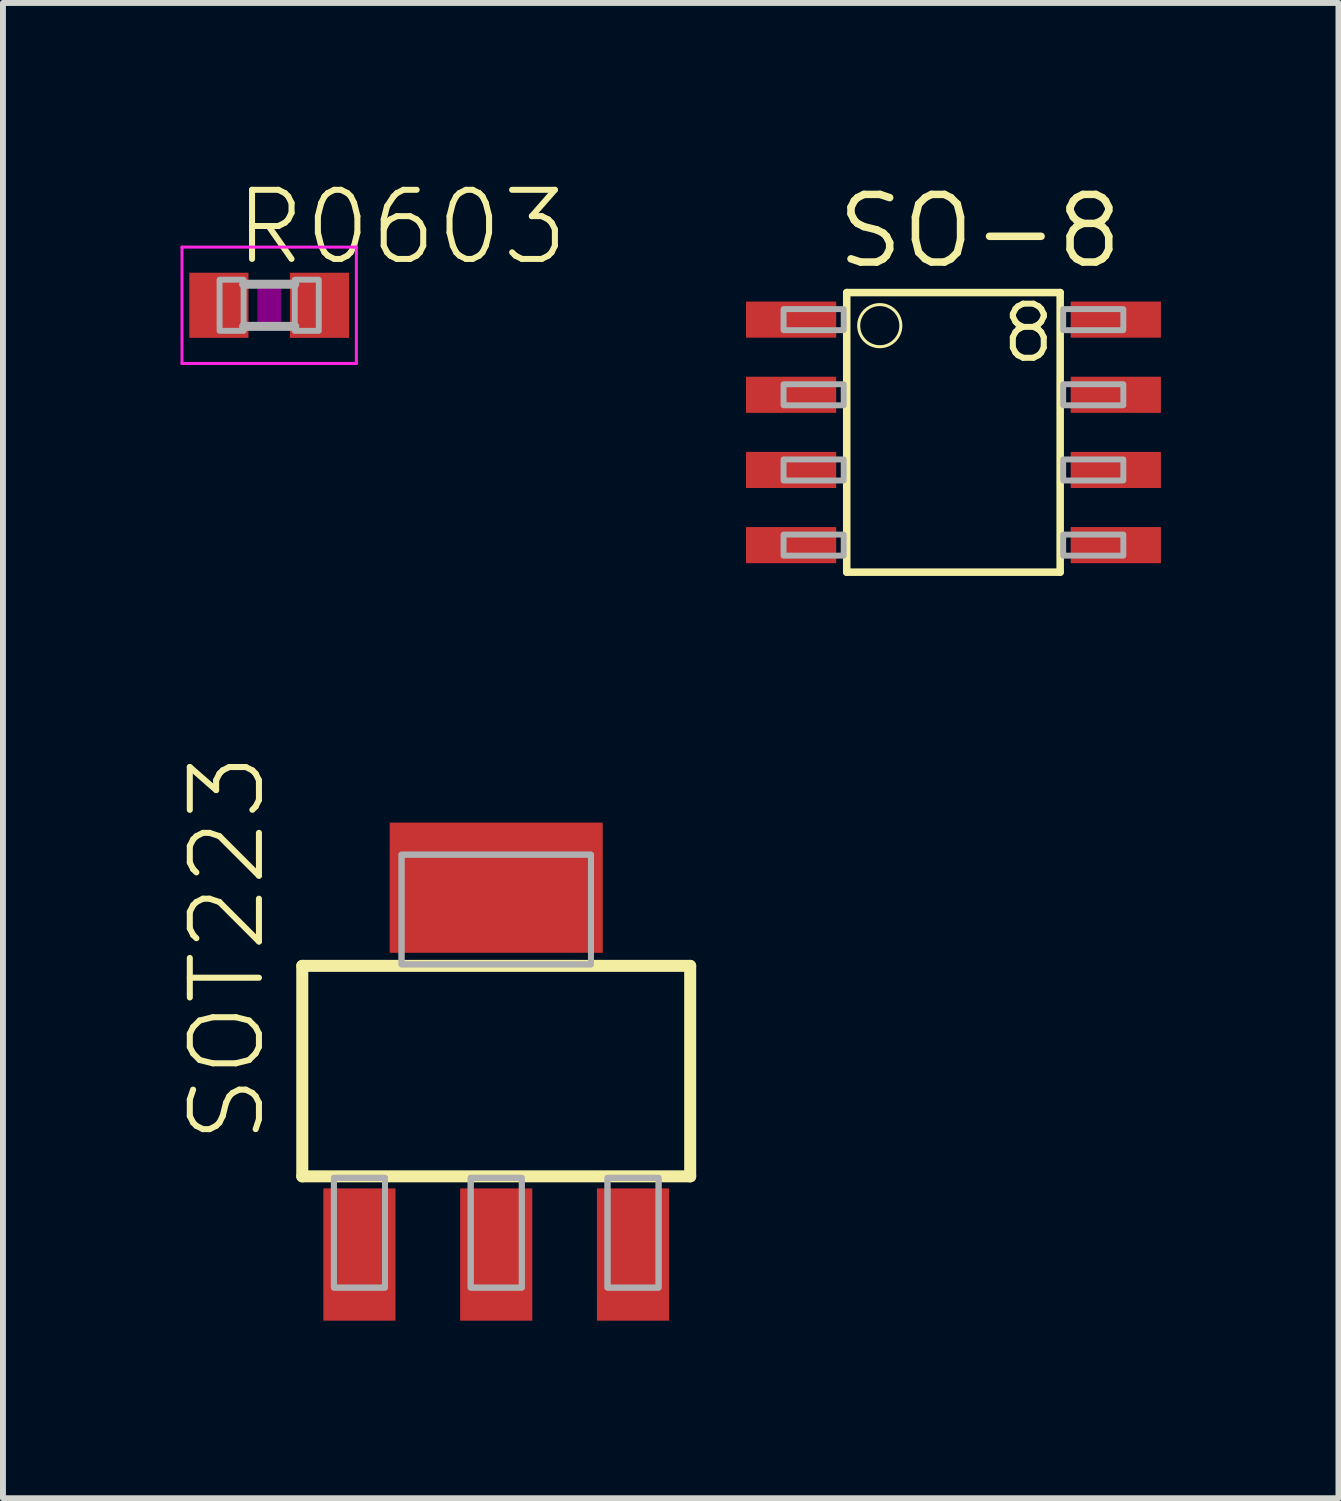
<source format=kicad_pcb>
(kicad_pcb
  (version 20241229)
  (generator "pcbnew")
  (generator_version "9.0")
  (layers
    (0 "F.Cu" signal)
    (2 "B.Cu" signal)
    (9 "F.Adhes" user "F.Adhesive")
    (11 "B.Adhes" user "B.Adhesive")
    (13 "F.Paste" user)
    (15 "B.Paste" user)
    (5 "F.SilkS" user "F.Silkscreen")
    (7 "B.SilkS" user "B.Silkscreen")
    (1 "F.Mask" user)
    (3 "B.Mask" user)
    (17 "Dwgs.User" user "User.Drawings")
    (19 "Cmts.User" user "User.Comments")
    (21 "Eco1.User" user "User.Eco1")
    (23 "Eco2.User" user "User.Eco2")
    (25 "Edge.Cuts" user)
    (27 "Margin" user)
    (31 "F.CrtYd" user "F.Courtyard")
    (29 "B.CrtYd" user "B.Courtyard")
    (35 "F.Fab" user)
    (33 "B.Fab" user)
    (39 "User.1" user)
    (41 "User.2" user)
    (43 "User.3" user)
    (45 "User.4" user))
  (footprint "SO-8"
    (layer "F.Cu")
    (at 13.059 4.255)
    (property "Reference" "SO-8" (at -2.032 -2.731 0) (layer "F.SilkS") (effects (font (size 1.143 1.143) (thickness 0.127)) (justify left bottom)))
    (fp_line (start -1.803 -2.362) (end -1.803 2.362) (stroke (width 0.127) (type solid)) (layer "F.SilkS"))
    (fp_line (start -1.803 2.362) (end 1.803 2.362) (stroke (width 0.127) (type solid)) (layer "F.SilkS"))
    (fp_line (start 1.803 -2.362) (end -1.803 -2.362) (stroke (width 0.127) (type solid)) (layer "F.SilkS"))
    (fp_line (start 1.803 2.362) (end 1.803 -2.362) (stroke (width 0.127) (type solid)) (layer "F.SilkS"))
    (fp_circle (center -1.245 -1.803) (end -0.889 -1.803) (stroke (width 0.051) (type solid)) (fill no) (layer "F.SilkS"))
    (fp_poly (pts (xy -2.87 -1.727) (xy -1.854 -1.727) (xy -1.854 -2.083) (xy -2.87 -2.083)) (stroke (width 0.1) (type default)) (fill no) (layer "F.Fab"))
    (fp_poly (pts (xy -2.87 -0.457) (xy -1.854 -0.457) (xy -1.854 -0.813) (xy -2.87 -0.813)) (stroke (width 0.1) (type default)) (fill no) (layer "F.Fab"))
    (fp_poly (pts (xy -2.87 0.813) (xy -1.854 0.813) (xy -1.854 0.457) (xy -2.87 0.457)) (stroke (width 0.1) (type default)) (fill no) (layer "F.Fab"))
    (fp_poly (pts (xy -2.87 2.083) (xy -1.854 2.083) (xy -1.854 1.727) (xy -2.87 1.727)) (stroke (width 0.1) (type default)) (fill no) (layer "F.Fab"))
    (fp_poly (pts (xy 1.854 -1.727) (xy 2.87 -1.727) (xy 2.87 -2.083) (xy 1.854 -2.083)) (stroke (width 0.1) (type default)) (fill no) (layer "F.Fab"))
    (fp_poly (pts (xy 1.854 -0.457) (xy 2.87 -0.457) (xy 2.87 -0.813) (xy 1.854 -0.813)) (stroke (width 0.1) (type default)) (fill no) (layer "F.Fab"))
    (fp_poly (pts (xy 1.854 0.813) (xy 2.87 0.813) (xy 2.87 0.457) (xy 1.854 0.457)) (stroke (width 0.1) (type default)) (fill no) (layer "F.Fab"))
    (fp_poly (pts (xy 1.854 2.083) (xy 2.87 2.083) (xy 2.87 1.727) (xy 1.854 1.727)) (stroke (width 0.1) (type default)) (fill no) (layer "F.Fab"))
    (fp_text user "8" (at 0.762 -1.143 0) (layer "F.SilkS") (effects (font (size 0.914 0.914) (thickness 0.102)) (justify left bottom)))
    (pad "1" smd rect (at -2.743 -1.905) (size 1.524 0.61) (layers "F.Cu" "F.Mask" "F.Paste"))
    (pad "2" smd rect (at -2.743 -0.635) (size 1.524 0.61) (layers "F.Cu" "F.Mask" "F.Paste"))
    (pad "3" smd rect (at -2.743 0.635) (size 1.524 0.61) (layers "F.Cu" "F.Mask" "F.Paste"))
    (pad "4" smd rect (at -2.743 1.905) (size 1.524 0.61) (layers "F.Cu" "F.Mask" "F.Paste"))
    (pad "5" smd rect (at 2.743 1.905) (size 1.524 0.61) (layers "F.Cu" "F.Mask" "F.Paste"))
    (pad "6" smd rect (at 2.743 0.635) (size 1.524 0.61) (layers "F.Cu" "F.Mask" "F.Paste"))
    (pad "7" smd rect (at 2.743 -0.635) (size 1.524 0.61) (layers "F.Cu" "F.Mask" "F.Paste"))
    (pad "8" smd rect (at 2.743 -1.905) (size 1.524 0.61) (layers "F.Cu" "F.Mask" "F.Paste")))
  (footprint "SOT223"
    (layer "F.Cu")
    (at 5.334 15.047)
    (property "Reference" "SOT223" (at -3.861 1.27 90) (layer "F.SilkS") (effects (font (size 1.168 1.168) (thickness 0.102)) (justify left bottom)))
    (fp_line (start -3.277 -1.778) (end 3.277 -1.778) (stroke (width 0.203) (type solid)) (layer "F.SilkS"))
    (fp_line (start -3.277 1.778) (end -3.277 -1.778) (stroke (width 0.203) (type solid)) (layer "F.SilkS"))
    (fp_line (start 3.277 -1.778) (end 3.277 1.778) (stroke (width 0.203) (type solid)) (layer "F.SilkS"))
    (fp_line (start 3.277 1.778) (end -3.277 1.778) (stroke (width 0.203) (type solid)) (layer "F.SilkS"))
    (fp_poly (pts (xy -2.743 3.658) (xy -1.88 3.658) (xy -1.88 1.803) (xy -2.743 1.803)) (stroke (width 0.1) (type default)) (fill no) (layer "F.Fab"))
    (fp_poly (pts (xy -2.743 3.658) (xy -1.88 3.658) (xy -1.88 1.803) (xy -2.743 1.803)) (stroke (width 0.1) (type default)) (fill no) (layer "F.Fab"))
    (fp_poly (pts (xy -1.6 -1.803) (xy 1.6 -1.803) (xy 1.6 -3.658) (xy -1.6 -3.658)) (stroke (width 0.1) (type default)) (fill no) (layer "F.Fab"))
    (fp_poly (pts (xy -1.6 -1.803) (xy 1.6 -1.803) (xy 1.6 -3.658) (xy -1.6 -3.658)) (stroke (width 0.1) (type default)) (fill no) (layer "F.Fab"))
    (fp_poly (pts (xy -0.432 3.658) (xy 0.432 3.658) (xy 0.432 1.803) (xy -0.432 1.803)) (stroke (width 0.1) (type default)) (fill no) (layer "F.Fab"))
    (fp_poly (pts (xy -0.432 3.658) (xy 0.432 3.658) (xy 0.432 1.803) (xy -0.432 1.803)) (stroke (width 0.1) (type default)) (fill no) (layer "F.Fab"))
    (fp_poly (pts (xy 1.88 3.658) (xy 2.743 3.658) (xy 2.743 1.803) (xy 1.88 1.803)) (stroke (width 0.1) (type default)) (fill no) (layer "F.Fab"))
    (fp_poly (pts (xy 1.88 3.658) (xy 2.743 3.658) (xy 2.743 1.803) (xy 1.88 1.803)) (stroke (width 0.1) (type default)) (fill no) (layer "F.Fab"))
    (pad "1" smd rect (at -2.311 3.099) (size 1.219 2.235) (layers "F.Cu" "F.Mask" "F.Paste"))
    (pad "2" smd rect (at 0 3.099) (size 1.219 2.235) (layers "F.Cu" "F.Mask" "F.Paste"))
    (pad "3" smd rect (at 2.311 3.099) (size 1.219 2.235) (layers "F.Cu" "F.Mask" "F.Paste"))
    (pad "TAB" smd rect (at 0 -3.099) (size 3.6 2.2) (layers "F.Cu" "F.Mask" "F.Paste")))
  (footprint "R0603"
    (layer "F.Cu")
    (at 1.498 2.108)
    (property "Reference" "R0603" (at -0.635 -0.635 0) (layer "F.SilkS") (effects (font (size 1.168 1.168) (thickness 0.102)) (justify left bottom)))
    (fp_poly (pts (xy -0.2 0.4) (xy 0.2 0.4) (xy 0.2 -0.4) (xy -0.2 -0.4)) (stroke (width 0) (type default)) (fill yes) (layer "F.Adhes"))
    (fp_line (start -1.473 -0.983) (end 1.473 -0.983) (stroke (width 0.051) (type solid)) (layer "F.CrtYd"))
    (fp_line (start -1.473 0.983) (end -1.473 -0.983) (stroke (width 0.051) (type solid)) (layer "F.CrtYd"))
    (fp_line (start 1.473 -0.983) (end 1.473 0.983) (stroke (width 0.051) (type solid)) (layer "F.CrtYd"))
    (fp_line (start 1.473 0.983) (end -1.473 0.983) (stroke (width 0.051) (type solid)) (layer "F.CrtYd"))
    (fp_line (start -0.432 0.356) (end 0.432 0.356) (stroke (width 0.152) (type solid)) (layer "F.Fab"))
    (fp_line (start 0.432 -0.356) (end -0.432 -0.356) (stroke (width 0.152) (type solid)) (layer "F.Fab"))
    (fp_poly (pts (xy -0.838 0.432) (xy -0.432 0.432) (xy -0.432 -0.432) (xy -0.838 -0.432)) (stroke (width 0.1) (type default)) (fill no) (layer "F.Fab"))
    (fp_poly (pts (xy 0.432 0.432) (xy 0.838 0.432) (xy 0.838 -0.432) (xy 0.432 -0.432)) (stroke (width 0.1) (type default)) (fill no) (layer "F.Fab"))
    (pad "1" smd rect (at -0.85 0) (size 1 1.1) (layers "F.Cu" "F.Mask" "F.Paste"))
    (pad "2" smd rect (at 0.85 0) (size 1 1.1) (layers "F.Cu" "F.Mask" "F.Paste")))
  (gr_rect
    (start -3 -3)
    (end 19.564 22.263)
    (stroke (width 0.1) (type default))
    (fill no)
    (layer "Edge.Cuts")))
</source>
